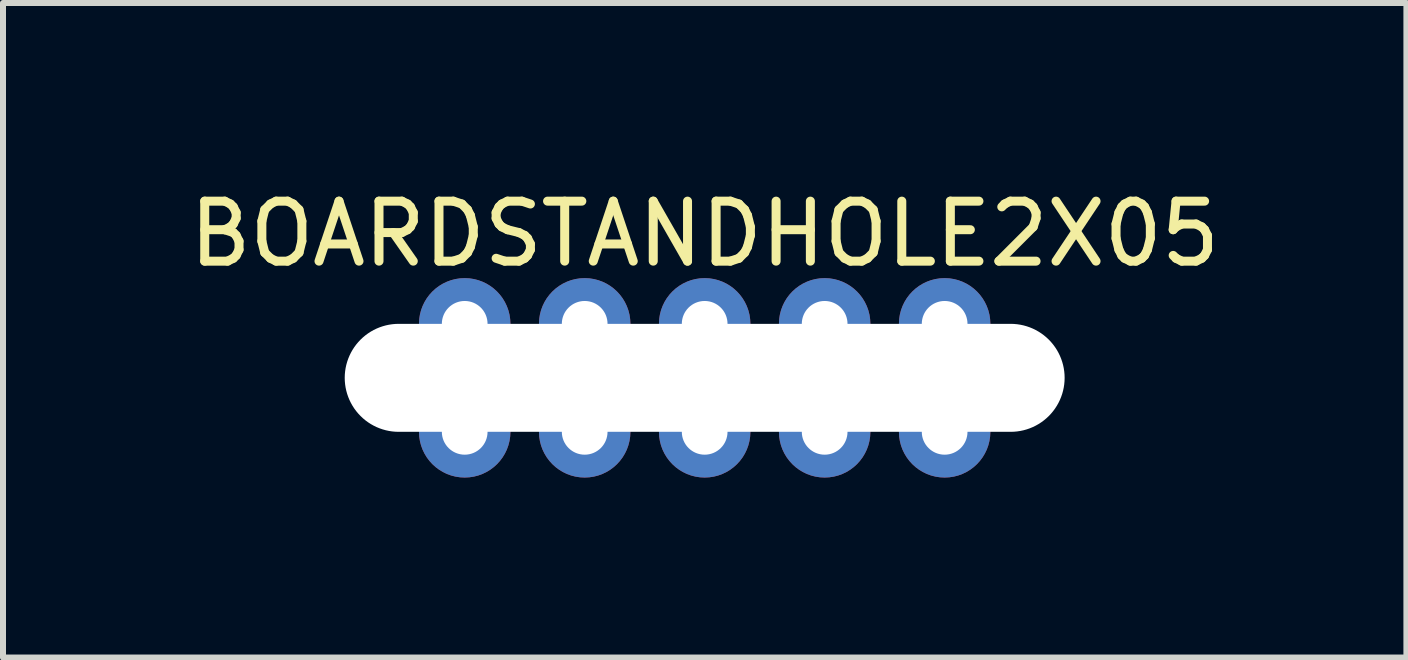
<source format=kicad_pcb>
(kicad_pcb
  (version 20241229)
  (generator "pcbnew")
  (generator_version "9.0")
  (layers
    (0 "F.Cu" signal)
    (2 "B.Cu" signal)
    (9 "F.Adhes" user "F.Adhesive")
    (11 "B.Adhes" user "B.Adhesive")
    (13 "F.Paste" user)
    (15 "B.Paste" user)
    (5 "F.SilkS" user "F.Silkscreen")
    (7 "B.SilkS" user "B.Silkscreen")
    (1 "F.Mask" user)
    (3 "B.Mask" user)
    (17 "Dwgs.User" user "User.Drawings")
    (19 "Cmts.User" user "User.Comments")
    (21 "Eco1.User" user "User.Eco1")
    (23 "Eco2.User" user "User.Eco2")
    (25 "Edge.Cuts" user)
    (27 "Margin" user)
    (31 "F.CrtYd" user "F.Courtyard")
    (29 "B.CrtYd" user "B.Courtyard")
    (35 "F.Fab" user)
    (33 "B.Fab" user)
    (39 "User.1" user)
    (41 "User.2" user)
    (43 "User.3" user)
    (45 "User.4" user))
  (footprint "BOARDSTANDHOLE2X05"
    (layer "F.Cu")
    (at 8.696 3.248)
    (property "Reference" "BOARDSTANDHOLE2X05" (at 0 -2.4 0) (layer "F.SilkS") (effects (font (size 1 1) (thickness 0.15))))
    (attr through_hole)
    (pad "" np_thru_hole oval (at 0 0) (size 12 1.8) (drill oval 12 1.8) (layers "*.Cu" "*.Mask"))
    (pad "1" thru_hole circle (at -4 -0.9) (size 1.524 1.524) (drill 0.762) (layers "*.Cu" "*.Mask"))
    (pad "2" thru_hole circle (at -2 -0.9) (size 1.524 1.524) (drill 0.762) (layers "*.Cu" "*.Mask"))
    (pad "3" thru_hole circle (at 0 -0.9) (size 1.524 1.524) (drill 0.762) (layers "*.Cu" "*.Mask"))
    (pad "4" thru_hole circle (at 2 -0.9) (size 1.524 1.524) (drill 0.762) (layers "*.Cu" "*.Mask"))
    (pad "5" thru_hole circle (at 4 -0.9) (size 1.524 1.524) (drill 0.762) (layers "*.Cu" "*.Mask"))
    (pad "6" thru_hole circle (at -4 0.9) (size 1.524 1.524) (drill 0.762) (layers "*.Cu" "*.Mask"))
    (pad "7" thru_hole circle (at -2 0.9) (size 1.524 1.524) (drill 0.762) (layers "*.Cu" "*.Mask"))
    (pad "8" thru_hole circle (at 0 0.9) (size 1.524 1.524) (drill 0.762) (layers "*.Cu" "*.Mask"))
    (pad "9" thru_hole circle (at 2 0.9) (size 1.524 1.524) (drill 0.762) (layers "*.Cu" "*.Mask"))
    (pad "10" thru_hole circle (at 4 0.9) (size 1.524 1.524) (drill 0.762) (layers "*.Cu" "*.Mask")))
  (gr_rect
    (start -3 -3)
    (end 20.393 7.91)
    (stroke (width 0.1) (type default))
    (fill no)
    (layer "Edge.Cuts")))
</source>
